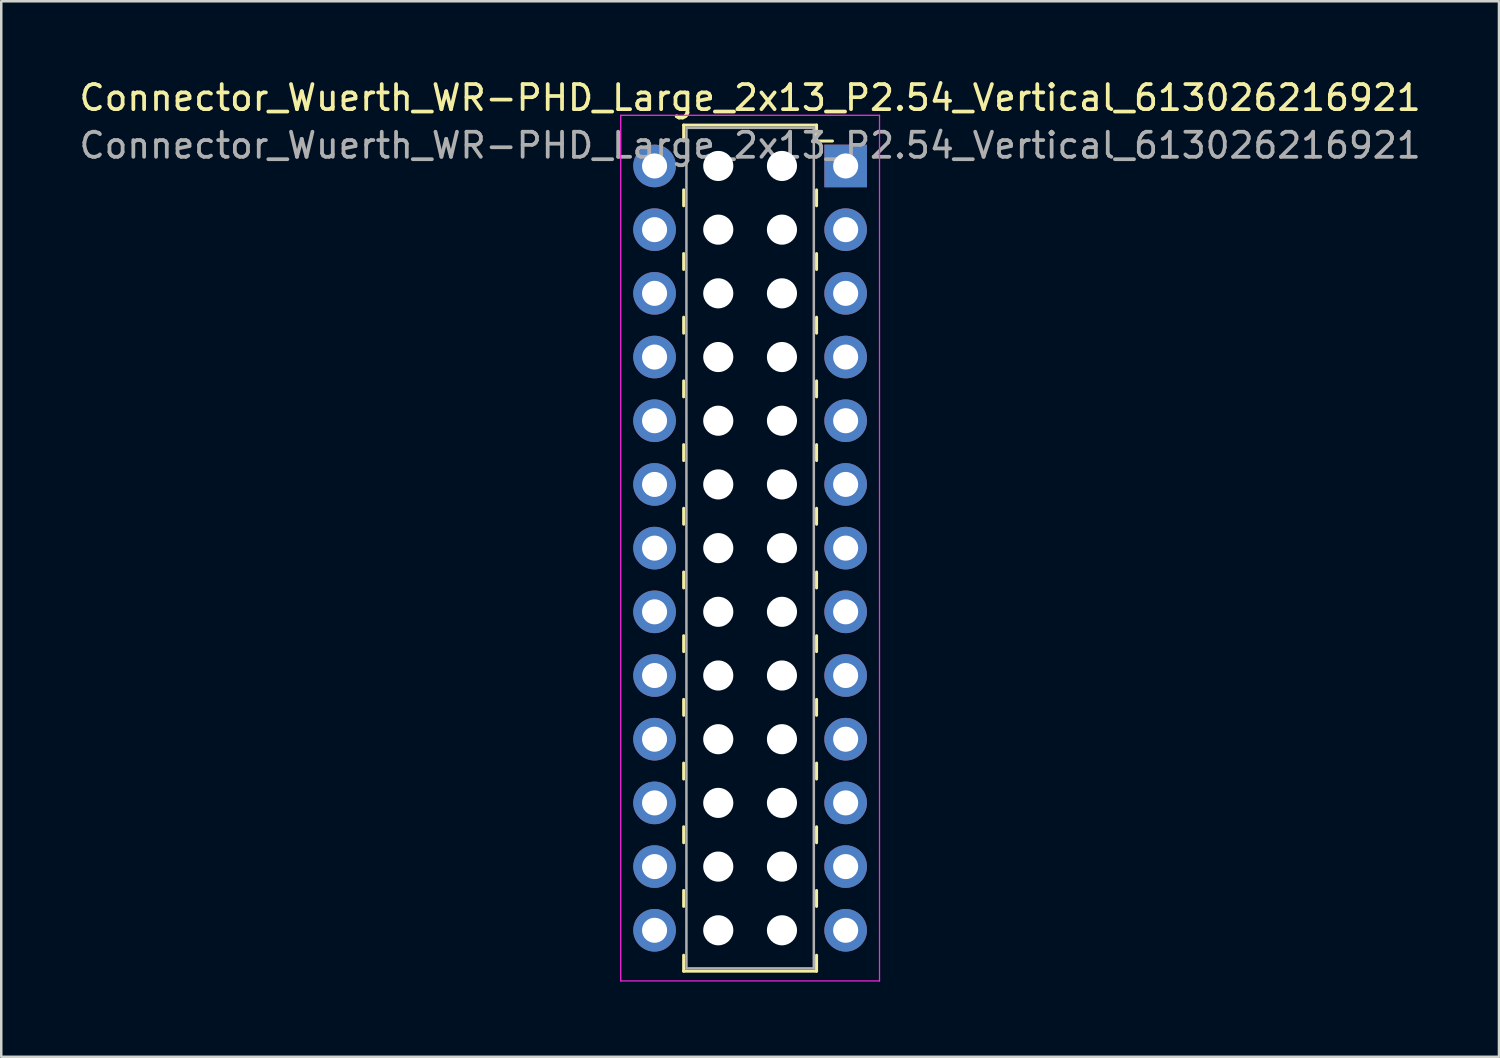
<source format=kicad_pcb>
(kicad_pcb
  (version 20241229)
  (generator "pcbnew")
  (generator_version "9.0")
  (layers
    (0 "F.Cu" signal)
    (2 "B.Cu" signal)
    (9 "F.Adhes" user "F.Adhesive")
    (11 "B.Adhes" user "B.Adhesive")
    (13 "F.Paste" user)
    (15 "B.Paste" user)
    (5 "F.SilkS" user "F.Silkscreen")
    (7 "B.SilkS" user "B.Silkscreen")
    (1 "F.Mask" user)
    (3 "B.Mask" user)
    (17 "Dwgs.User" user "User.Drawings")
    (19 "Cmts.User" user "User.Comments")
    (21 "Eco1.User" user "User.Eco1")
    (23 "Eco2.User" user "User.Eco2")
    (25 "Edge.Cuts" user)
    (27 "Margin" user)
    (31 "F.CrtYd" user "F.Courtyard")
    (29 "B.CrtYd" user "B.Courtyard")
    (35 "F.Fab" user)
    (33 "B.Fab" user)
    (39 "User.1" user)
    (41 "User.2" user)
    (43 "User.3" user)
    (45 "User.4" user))
  (footprint "Connector_Wuerth_WR-PHD_Large_2x13_P2.54_Vertical_613026216921"
    (layer "F.Cu")
    (at 30.673 3.568)
    (property "Reference" "Connector_Wuerth_WR-PHD_Large_2x13_P2.54_Vertical_613026216921" (at -3.81 -2.72 0) (layer "F.SilkS") (effects (font (size 1 1) (thickness 0.15))))
    (attr through_hole)
    (fp_line (start -6.46 -1.63) (end -6.46 -0.995) (stroke (width 0.12) (type solid)) (layer "F.SilkS"))
    (fp_line (start -6.46 -1.63) (end -1.16 -1.63) (stroke (width 0.12) (type solid)) (layer "F.SilkS"))
    (fp_line (start -6.46 0.953) (end -6.46 1.587) (stroke (width 0.12) (type solid)) (layer "F.SilkS"))
    (fp_line (start -6.46 3.493) (end -6.46 4.128) (stroke (width 0.12) (type solid)) (layer "F.SilkS"))
    (fp_line (start -6.46 6.032) (end -6.46 6.668) (stroke (width 0.12) (type solid)) (layer "F.SilkS"))
    (fp_line (start -6.46 8.572) (end -6.46 9.207) (stroke (width 0.12) (type solid)) (layer "F.SilkS"))
    (fp_line (start -6.46 11.113) (end -6.46 11.748) (stroke (width 0.12) (type solid)) (layer "F.SilkS"))
    (fp_line (start -6.46 13.652) (end -6.46 14.287) (stroke (width 0.12) (type solid)) (layer "F.SilkS"))
    (fp_line (start -6.46 16.192) (end -6.46 16.828) (stroke (width 0.12) (type solid)) (layer "F.SilkS"))
    (fp_line (start -6.46 18.733) (end -6.46 19.367) (stroke (width 0.12) (type solid)) (layer "F.SilkS"))
    (fp_line (start -6.46 21.273) (end -6.46 21.907) (stroke (width 0.12) (type solid)) (layer "F.SilkS"))
    (fp_line (start -6.46 23.812) (end -6.46 24.448) (stroke (width 0.12) (type solid)) (layer "F.SilkS"))
    (fp_line (start -6.46 26.352) (end -6.46 26.988) (stroke (width 0.12) (type solid)) (layer "F.SilkS"))
    (fp_line (start -6.46 28.892) (end -6.46 29.527) (stroke (width 0.12) (type solid)) (layer "F.SilkS"))
    (fp_line (start -6.46 32.11) (end -6.46 31.475) (stroke (width 0.12) (type solid)) (layer "F.SilkS"))
    (fp_line (start -6.46 32.11) (end -1.16 32.11) (stroke (width 0.12) (type solid)) (layer "F.SilkS"))
    (fp_line (start -1.16 -1.63) (end -1.16 -0.995) (stroke (width 0.12) (type solid)) (layer "F.SilkS"))
    (fp_line (start -1.16 -0.995) (end -0.525 -0.995) (stroke (width 0.12) (type solid)) (layer "F.SilkS"))
    (fp_line (start -1.16 0.953) (end -1.16 1.587) (stroke (width 0.12) (type solid)) (layer "F.SilkS"))
    (fp_line (start -1.16 3.493) (end -1.16 4.128) (stroke (width 0.12) (type solid)) (layer "F.SilkS"))
    (fp_line (start -1.16 6.032) (end -1.16 6.668) (stroke (width 0.12) (type solid)) (layer "F.SilkS"))
    (fp_line (start -1.16 8.572) (end -1.16 9.207) (stroke (width 0.12) (type solid)) (layer "F.SilkS"))
    (fp_line (start -1.16 11.113) (end -1.16 11.748) (stroke (width 0.12) (type solid)) (layer "F.SilkS"))
    (fp_line (start -1.16 13.652) (end -1.16 14.287) (stroke (width 0.12) (type solid)) (layer "F.SilkS"))
    (fp_line (start -1.16 16.192) (end -1.16 16.828) (stroke (width 0.12) (type solid)) (layer "F.SilkS"))
    (fp_line (start -1.16 18.733) (end -1.16 19.367) (stroke (width 0.12) (type solid)) (layer "F.SilkS"))
    (fp_line (start -1.16 21.273) (end -1.16 21.907) (stroke (width 0.12) (type solid)) (layer "F.SilkS"))
    (fp_line (start -1.16 23.812) (end -1.16 24.448) (stroke (width 0.12) (type solid)) (layer "F.SilkS"))
    (fp_line (start -1.16 26.352) (end -1.16 26.988) (stroke (width 0.12) (type solid)) (layer "F.SilkS"))
    (fp_line (start -1.16 28.892) (end -1.16 29.527) (stroke (width 0.12) (type solid)) (layer "F.SilkS"))
    (fp_line (start -1.16 32.11) (end -1.16 31.475) (stroke (width 0.12) (type solid)) (layer "F.SilkS"))
    (fp_line (start -8.97 -2.02) (end 1.35 -2.02) (stroke (width 0.05) (type solid)) (layer "F.CrtYd"))
    (fp_line (start -8.97 32.5) (end -8.97 -2.02) (stroke (width 0.05) (type solid)) (layer "F.CrtYd"))
    (fp_line (start 1.35 -2.02) (end 1.35 32.5) (stroke (width 0.05) (type solid)) (layer "F.CrtYd"))
    (fp_line (start 1.35 32.5) (end -8.97 32.5) (stroke (width 0.05) (type solid)) (layer "F.CrtYd"))
    (fp_line (start -6.35 -1.52) (end -6.35 32) (stroke (width 0.1) (type solid)) (layer "F.Fab"))
    (fp_line (start -6.35 32) (end -1.27 32) (stroke (width 0.1) (type solid)) (layer "F.Fab"))
    (fp_line (start -1.27 -1.52) (end -6.35 -1.52) (stroke (width 0.1) (type solid)) (layer "F.Fab"))
    (fp_line (start -1.27 32) (end -1.27 -1.52) (stroke (width 0.1) (type solid)) (layer "F.Fab"))
    (fp_text user "${REFERENCE}" (at -3.81 -0.82 0) (layer "F.Fab") (effects (font (size 1 1) (thickness 0.15))))
    (pad "" np_thru_hole circle (at -5.08 0) (size 1.2 1.2) (drill 1.2) (layers "*.Cu" "*.Mask"))
    (pad "" np_thru_hole circle (at -5.08 2.54) (size 1.2 1.2) (drill 1.2) (layers "*.Cu" "*.Mask"))
    (pad "" np_thru_hole circle (at -5.08 5.08) (size 1.2 1.2) (drill 1.2) (layers "*.Cu" "*.Mask"))
    (pad "" np_thru_hole circle (at -5.08 7.62) (size 1.2 1.2) (drill 1.2) (layers "*.Cu" "*.Mask"))
    (pad "" np_thru_hole circle (at -5.08 10.16) (size 1.2 1.2) (drill 1.2) (layers "*.Cu" "*.Mask"))
    (pad "" np_thru_hole circle (at -5.08 12.7) (size 1.2 1.2) (drill 1.2) (layers "*.Cu" "*.Mask"))
    (pad "" np_thru_hole circle (at -5.08 15.24) (size 1.2 1.2) (drill 1.2) (layers "*.Cu" "*.Mask"))
    (pad "" np_thru_hole circle (at -5.08 17.78) (size 1.2 1.2) (drill 1.2) (layers "*.Cu" "*.Mask"))
    (pad "" np_thru_hole circle (at -5.08 20.32) (size 1.2 1.2) (drill 1.2) (layers "*.Cu" "*.Mask"))
    (pad "" np_thru_hole circle (at -5.08 22.86) (size 1.2 1.2) (drill 1.2) (layers "*.Cu" "*.Mask"))
    (pad "" np_thru_hole circle (at -5.08 25.4) (size 1.2 1.2) (drill 1.2) (layers "*.Cu" "*.Mask"))
    (pad "" np_thru_hole circle (at -5.08 27.94) (size 1.2 1.2) (drill 1.2) (layers "*.Cu" "*.Mask"))
    (pad "" np_thru_hole circle (at -5.08 30.48) (size 1.2 1.2) (drill 1.2) (layers "*.Cu" "*.Mask"))
    (pad "" np_thru_hole circle (at -2.54 0) (size 1.2 1.2) (drill 1.2) (layers "*.Cu" "*.Mask"))
    (pad "" np_thru_hole circle (at -2.54 2.54) (size 1.2 1.2) (drill 1.2) (layers "*.Cu" "*.Mask"))
    (pad "" np_thru_hole circle (at -2.54 5.08) (size 1.2 1.2) (drill 1.2) (layers "*.Cu" "*.Mask"))
    (pad "" np_thru_hole circle (at -2.54 7.62) (size 1.2 1.2) (drill 1.2) (layers "*.Cu" "*.Mask"))
    (pad "" np_thru_hole circle (at -2.54 10.16) (size 1.2 1.2) (drill 1.2) (layers "*.Cu" "*.Mask"))
    (pad "" np_thru_hole circle (at -2.54 12.7) (size 1.2 1.2) (drill 1.2) (layers "*.Cu" "*.Mask"))
    (pad "" np_thru_hole circle (at -2.54 15.24) (size 1.2 1.2) (drill 1.2) (layers "*.Cu" "*.Mask"))
    (pad "" np_thru_hole circle (at -2.54 17.78) (size 1.2 1.2) (drill 1.2) (layers "*.Cu" "*.Mask"))
    (pad "" np_thru_hole circle (at -2.54 20.32) (size 1.2 1.2) (drill 1.2) (layers "*.Cu" "*.Mask"))
    (pad "" np_thru_hole circle (at -2.54 22.86) (size 1.2 1.2) (drill 1.2) (layers "*.Cu" "*.Mask"))
    (pad "" np_thru_hole circle (at -2.54 25.4) (size 1.2 1.2) (drill 1.2) (layers "*.Cu" "*.Mask"))
    (pad "" np_thru_hole circle (at -2.54 27.94) (size 1.2 1.2) (drill 1.2) (layers "*.Cu" "*.Mask"))
    (pad "" np_thru_hole circle (at -2.54 30.48) (size 1.2 1.2) (drill 1.2) (layers "*.Cu" "*.Mask"))
    (pad "1" thru_hole rect (at 0 0) (size 1.7 1.7) (drill 1) (layers "*.Cu" "*.Mask"))
    (pad "2" thru_hole circle (at -7.62 0) (size 1.7 1.7) (drill 1) (layers "*.Cu" "*.Mask"))
    (pad "3" thru_hole circle (at 0 2.54) (size 1.7 1.7) (drill 1) (layers "*.Cu" "*.Mask"))
    (pad "4" thru_hole circle (at -7.62 2.54) (size 1.7 1.7) (drill 1) (layers "*.Cu" "*.Mask"))
    (pad "5" thru_hole circle (at 0 5.08) (size 1.7 1.7) (drill 1) (layers "*.Cu" "*.Mask"))
    (pad "6" thru_hole circle (at -7.62 5.08) (size 1.7 1.7) (drill 1) (layers "*.Cu" "*.Mask"))
    (pad "7" thru_hole circle (at 0 7.62) (size 1.7 1.7) (drill 1) (layers "*.Cu" "*.Mask"))
    (pad "8" thru_hole circle (at -7.62 7.62) (size 1.7 1.7) (drill 1) (layers "*.Cu" "*.Mask"))
    (pad "9" thru_hole circle (at 0 10.16) (size 1.7 1.7) (drill 1) (layers "*.Cu" "*.Mask"))
    (pad "10" thru_hole circle (at -7.62 10.16) (size 1.7 1.7) (drill 1) (layers "*.Cu" "*.Mask"))
    (pad "11" thru_hole circle (at 0 12.7) (size 1.7 1.7) (drill 1) (layers "*.Cu" "*.Mask"))
    (pad "12" thru_hole circle (at -7.62 12.7) (size 1.7 1.7) (drill 1) (layers "*.Cu" "*.Mask"))
    (pad "13" thru_hole circle (at 0 15.24) (size 1.7 1.7) (drill 1) (layers "*.Cu" "*.Mask"))
    (pad "14" thru_hole circle (at -7.62 15.24) (size 1.7 1.7) (drill 1) (layers "*.Cu" "*.Mask"))
    (pad "15" thru_hole circle (at 0 17.78) (size 1.7 1.7) (drill 1) (layers "*.Cu" "*.Mask"))
    (pad "16" thru_hole circle (at -7.62 17.78) (size 1.7 1.7) (drill 1) (layers "*.Cu" "*.Mask"))
    (pad "17" thru_hole circle (at 0 20.32) (size 1.7 1.7) (drill 1) (layers "*.Cu" "*.Mask"))
    (pad "18" thru_hole circle (at -7.62 20.32) (size 1.7 1.7) (drill 1) (layers "*.Cu" "*.Mask"))
    (pad "19" thru_hole circle (at 0 22.86) (size 1.7 1.7) (drill 1) (layers "*.Cu" "*.Mask"))
    (pad "20" thru_hole circle (at -7.62 22.86) (size 1.7 1.7) (drill 1) (layers "*.Cu" "*.Mask"))
    (pad "21" thru_hole circle (at 0 25.4) (size 1.7 1.7) (drill 1) (layers "*.Cu" "*.Mask"))
    (pad "22" thru_hole circle (at -7.62 25.4) (size 1.7 1.7) (drill 1) (layers "*.Cu" "*.Mask"))
    (pad "23" thru_hole circle (at 0 27.94) (size 1.7 1.7) (drill 1) (layers "*.Cu" "*.Mask"))
    (pad "24" thru_hole circle (at -7.62 27.94) (size 1.7 1.7) (drill 1) (layers "*.Cu" "*.Mask"))
    (pad "25" thru_hole circle (at 0 30.48) (size 1.7 1.7) (drill 1) (layers "*.Cu" "*.Mask"))
    (pad "26" thru_hole circle (at -7.62 30.48) (size 1.7 1.7) (drill 1) (layers "*.Cu" "*.Mask")))
  (gr_rect
    (start -3 -3)
    (end 56.726 39.093)
    (stroke (width 0.1) (type default))
    (fill no)
    (layer "Edge.Cuts")))
</source>
